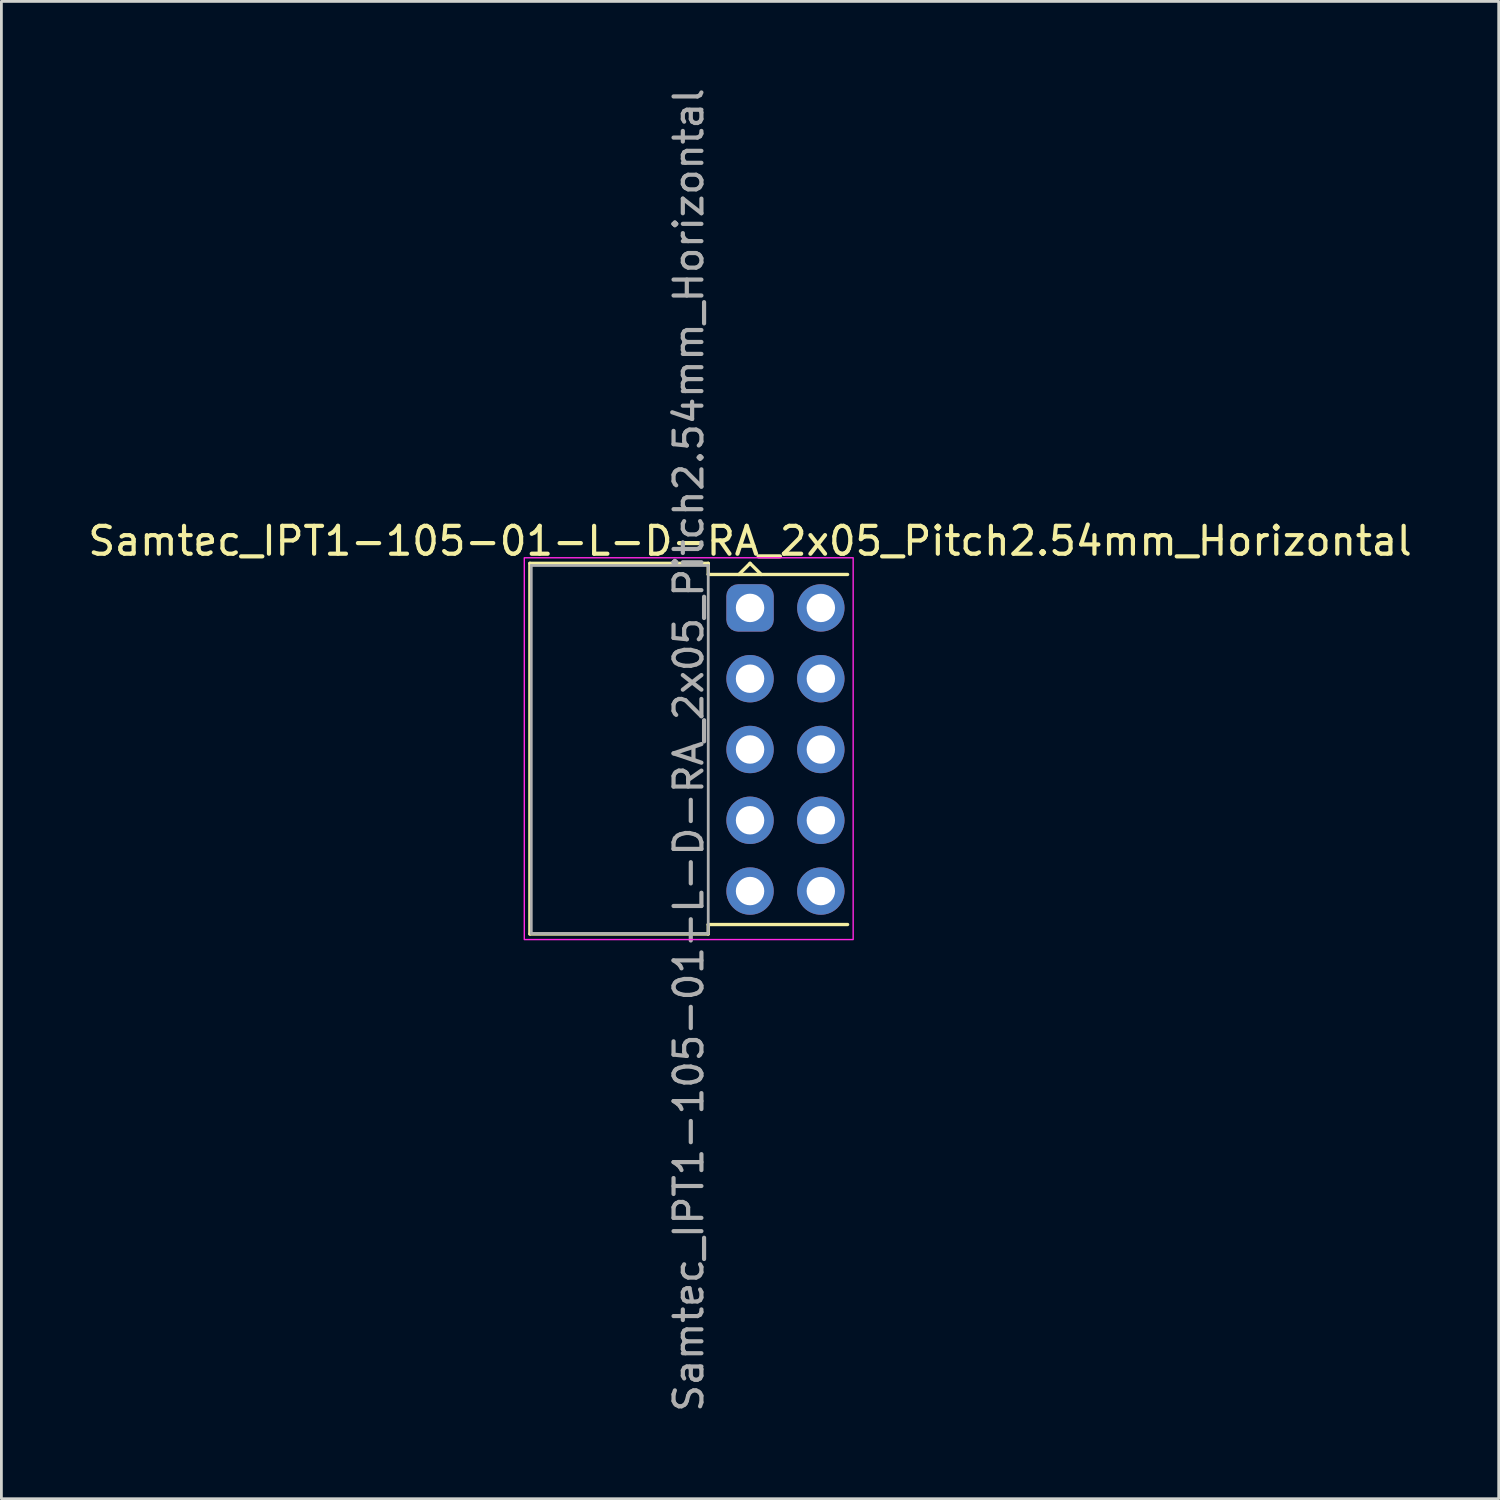
<source format=kicad_pcb>
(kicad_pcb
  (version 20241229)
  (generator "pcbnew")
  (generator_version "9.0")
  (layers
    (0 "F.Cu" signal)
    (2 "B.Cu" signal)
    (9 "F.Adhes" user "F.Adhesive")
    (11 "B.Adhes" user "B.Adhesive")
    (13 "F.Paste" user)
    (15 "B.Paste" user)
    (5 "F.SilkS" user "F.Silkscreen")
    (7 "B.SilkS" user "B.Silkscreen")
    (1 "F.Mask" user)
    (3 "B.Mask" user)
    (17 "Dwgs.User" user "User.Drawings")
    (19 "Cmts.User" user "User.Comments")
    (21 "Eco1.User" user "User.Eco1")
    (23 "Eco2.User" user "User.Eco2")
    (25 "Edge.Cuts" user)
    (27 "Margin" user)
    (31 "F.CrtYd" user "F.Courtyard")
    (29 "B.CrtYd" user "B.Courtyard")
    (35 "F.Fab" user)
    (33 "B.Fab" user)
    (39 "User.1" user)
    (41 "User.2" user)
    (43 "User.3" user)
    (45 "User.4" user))
  (footprint "Samtec_IPT1-105-01-L-D-RA_2x05_Pitch2.54mm_Horizontal"
    (layer "F.Cu")
    (at 23.863 18.763)
    (property "Reference" "Samtec_IPT1-105-01-L-D-RA_2x05_Pitch2.54mm_Horizontal" (at 0 -2.4 0) (unlocked yes) (layer "F.SilkS") (effects (font (size 1 1) (thickness 0.15))))
    (attr through_hole)
    (fp_line (start -7.9 -1.6) (end -7.9 11.7) (stroke (width 0.12) (type default)) (layer "F.SilkS"))
    (fp_line (start -7.9 11.7) (end -1.5 11.7) (stroke (width 0.12) (type default)) (layer "F.SilkS"))
    (fp_line (start -1.5 -1.6) (end -7.9 -1.6) (stroke (width 0.12) (type default)) (layer "F.SilkS"))
    (fp_line (start -1.5 -1.2) (end -1.5 -1.6) (stroke (width 0.12) (type default)) (layer "F.SilkS"))
    (fp_line (start -1.5 -1.2) (end 3.5 -1.2) (stroke (width 0.12) (type default)) (layer "F.SilkS"))
    (fp_line (start -1.5 11.36) (end -1.5 11.7) (stroke (width 0.12) (type default)) (layer "F.SilkS"))
    (fp_line (start -1.5 11.36) (end 3.5 11.36) (stroke (width 0.12) (type default)) (layer "F.SilkS"))
    (fp_line (start 0 -1.6) (end -0.4 -1.2) (stroke (width 0.12) (type default)) (layer "F.SilkS"))
    (fp_line (start 0 -1.6) (end 0.4 -1.2) (stroke (width 0.12) (type default)) (layer "F.SilkS"))
    (fp_rect (start -8.1 -1.8) (end 3.7 11.9) (stroke (width 0.05) (type default)) (fill no) (layer "F.CrtYd"))
    (fp_line (start -7.85 -1.524) (end -7.85 11.684) (stroke (width 0.1) (type default)) (layer "F.Fab"))
    (fp_line (start -7.85 11.684) (end -1.5 11.684) (stroke (width 0.1) (type default)) (layer "F.Fab"))
    (fp_line (start -1.5 -1.524) (end -7.85 -1.524) (stroke (width 0.1) (type default)) (layer "F.Fab"))
    (fp_line (start -1.5 11.684) (end -1.5 -1.524) (stroke (width 0.1) (type default)) (layer "F.Fab"))
    (fp_text user "${REFERENCE}" (at -2.2 5.1 90) (unlocked yes) (layer "F.Fab") (effects (font (size 1 1) (thickness 0.15))))
    (pad "1" thru_hole roundrect (at 0 0) (size 1.7 1.7) (drill 1.02) (layers "*.Cu" "*.Mask") (roundrect_rratio 0.25))
    (pad "2" thru_hole circle (at 2.54 0) (size 1.7 1.7) (drill 1.02) (layers "*.Cu" "*.Mask"))
    (pad "3" thru_hole circle (at 0 2.54) (size 1.7 1.7) (drill 1.02) (layers "*.Cu" "*.Mask"))
    (pad "4" thru_hole circle (at 2.54 2.54) (size 1.7 1.7) (drill 1.02) (layers "*.Cu" "*.Mask"))
    (pad "5" thru_hole circle (at 0 5.08) (size 1.7 1.7) (drill 1.02) (layers "*.Cu" "*.Mask"))
    (pad "6" thru_hole circle (at 2.54 5.08) (size 1.7 1.7) (drill 1.02) (layers "*.Cu" "*.Mask"))
    (pad "7" thru_hole circle (at 0 7.62) (size 1.7 1.7) (drill 1.02) (layers "*.Cu" "*.Mask"))
    (pad "8" thru_hole circle (at 2.54 7.62) (size 1.7 1.7) (drill 1.02) (layers "*.Cu" "*.Mask"))
    (pad "9" thru_hole circle (at 0 10.16) (size 1.7 1.7) (drill 1.02) (layers "*.Cu" "*.Mask"))
    (pad "10" thru_hole circle (at 2.54 10.16) (size 1.7 1.7) (drill 1.02) (layers "*.Cu" "*.Mask")))
  (gr_rect
    (start -3 -3)
    (end 50.726 50.726)
    (stroke (width 0.1) (type default))
    (fill no)
    (layer "Edge.Cuts")))
</source>
